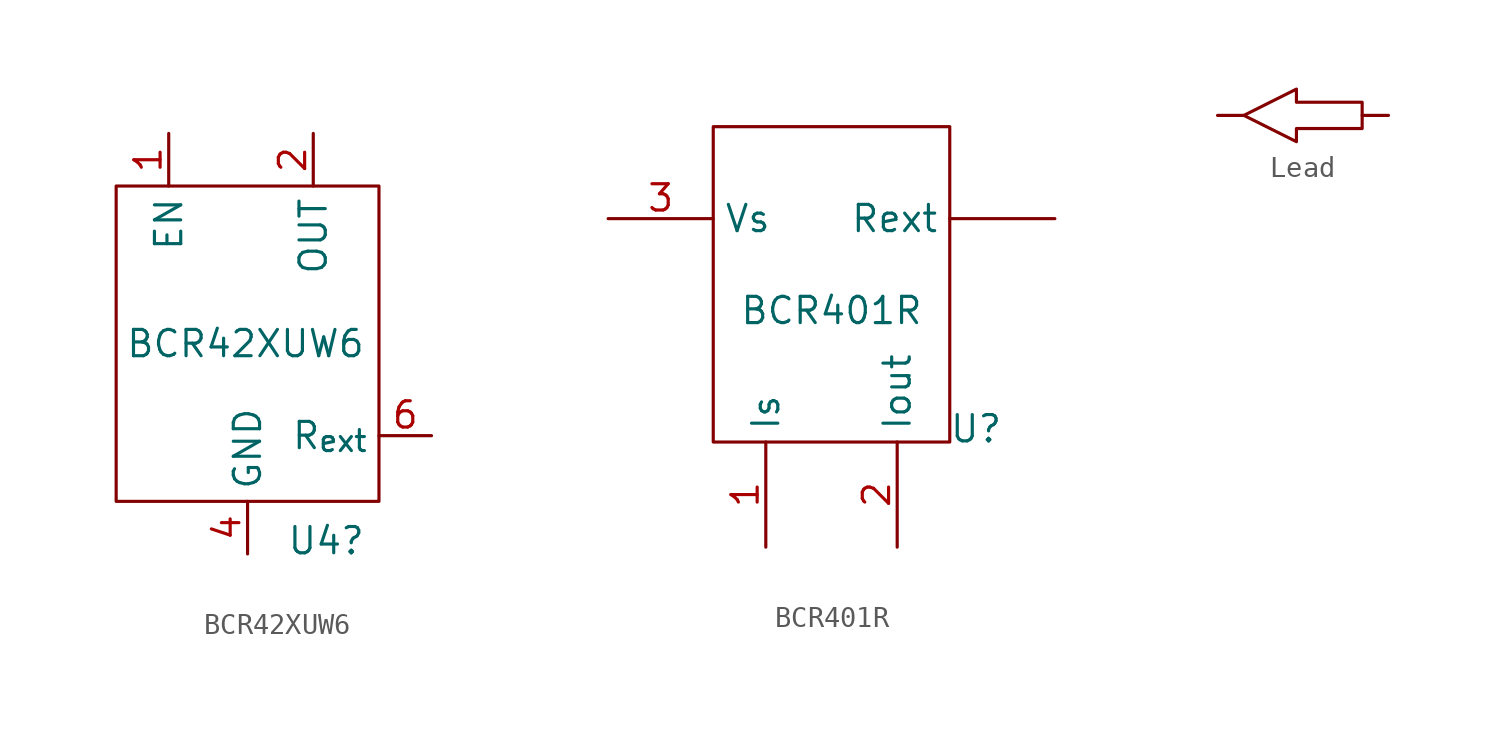
<source format=kicad_sym>
(kicad_symbol_lib
  (version 20211014)
  (generator kicad_symbol_editor)
  (symbol "BCR42XUW6"
    (property "Reference" "U4"
      (at 5.715 -8.89 0)
      (effects (font (size 1.27 1.27)) (justify right)))
    (property "Value" "BCR42XUW6"
      (at 5.715 0.635 0)
      (effects (font (size 1.27 1.27)) (justify right)))
    (symbol "BCR42XUW6_0_1"
      (rectangle (start -6.35 8.255) (end 6.35 -6.985) (stroke (width 0.152) (type default) (color 0 0 0 0)) (fill (type none))))
    (symbol "BCR42XUW6_1_1"
      (pin passive line (at -3.81 10.795 270) (length 2.54) (name "EN" (effects (font (size 1.27 1.27)))) (number "1" (effects (font (size 1.27 1.27)))))
      (pin passive line (at 3.175 10.795 270) (length 2.54) (name "OUT" (effects (font (size 1.27 1.27)))) (number "2" (effects (font (size 1.27 1.27)))))
      (pin bidirectional line (at 3.175 10.795 270) (length 2.54) hide (name "OUT" (effects (font (size 1.27 1.27)))) (number "3" (effects (font (size 1.27 1.27)))))
      (pin power_in line (at 0 -9.525 90) (length 2.54) (name "GND" (effects (font (size 1.27 1.27)))) (number "4" (effects (font (size 1.27 1.27)))))
      (pin bidirectional line (at 3.175 10.795 270) (length 2.54) hide (name "OUT" (effects (font (size 1.27 1.27)))) (number "5" (effects (font (size 1.27 1.27)))))
      (pin passive line (at 8.89 -3.81 180) (length 2.54) (name "R_{ext}" (effects (font (size 1.27 1.27)))) (number "6" (effects (font (size 1.27 1.27)))))))
  (symbol "BCR401R"
    (property "Reference" "U"
      (at 6.985 -5.715 0)
      (effects (font (size 1.27 1.27))))
    (property "Value" "BCR401R"
      (at 0 0 0)
      (effects (font (size 1.27 1.27))))
    (symbol "BCR401R_0_1"
      (rectangle (start -5.715 8.89) (end 5.715 -6.35) (stroke (width 0.152) (type default) (color 0 0 0 0)) (fill (type none))))
    (symbol "BCR401R_1_1"
      (pin bidirectional line (at 10.795 4.445 180) (length 5.08) (name "Rext" (effects (font (size 1.27 1.27)))) (number "" (effects (font (size 1.27 1.27)))))
      (pin power_out line (at -3.175 -11.43 90) (length 5.08) (name "Is" (effects (font (size 1.27 1.27)))) (number "1" (effects (font (size 1.27 1.27)))))
      (pin power_out line (at 3.175 -11.43 90) (length 5.08) (name "Iout" (effects (font (size 1.27 1.27)))) (number "2" (effects (font (size 1.27 1.27)))))
      (pin power_in line (at -10.795 4.445 0) (length 5.08) (name "Vs" (effects (font (size 1.27 1.27)))) (number "3" (effects (font (size 1.27 1.27)))))))
  (symbol "Lead"
    (property "Reference" "ML"
      (at 2.54 0 0)
      (effects (font (size 1.27 1.27)) hide))
    (symbol "Lead_0_1"
      (polyline (pts (xy 1.27 0) (xy 3.81 1.27) (xy 3.81 0.635) (xy 6.985 0.635) (xy 6.985 -0.635) (xy 3.81 -0.635) (xy 3.81 -1.27) (xy 1.27 0)) (stroke (width 0.152) (type default) (color 0 0 0 0)) (fill (type none))))
    (symbol "Lead_1_1"
      (pin input line (at 0 0 0) (length 1.27) (name "" (effects (font (size 1.27 1.27)))) (number "" (effects (font (size 1.27 1.27)))))
      (pin input line (at 8.255 0 180) (length 1.27) (name "" (effects (font (size 1.27 1.27)))) (number "" (effects (font (size 1.27 1.27))))))))
</source>
